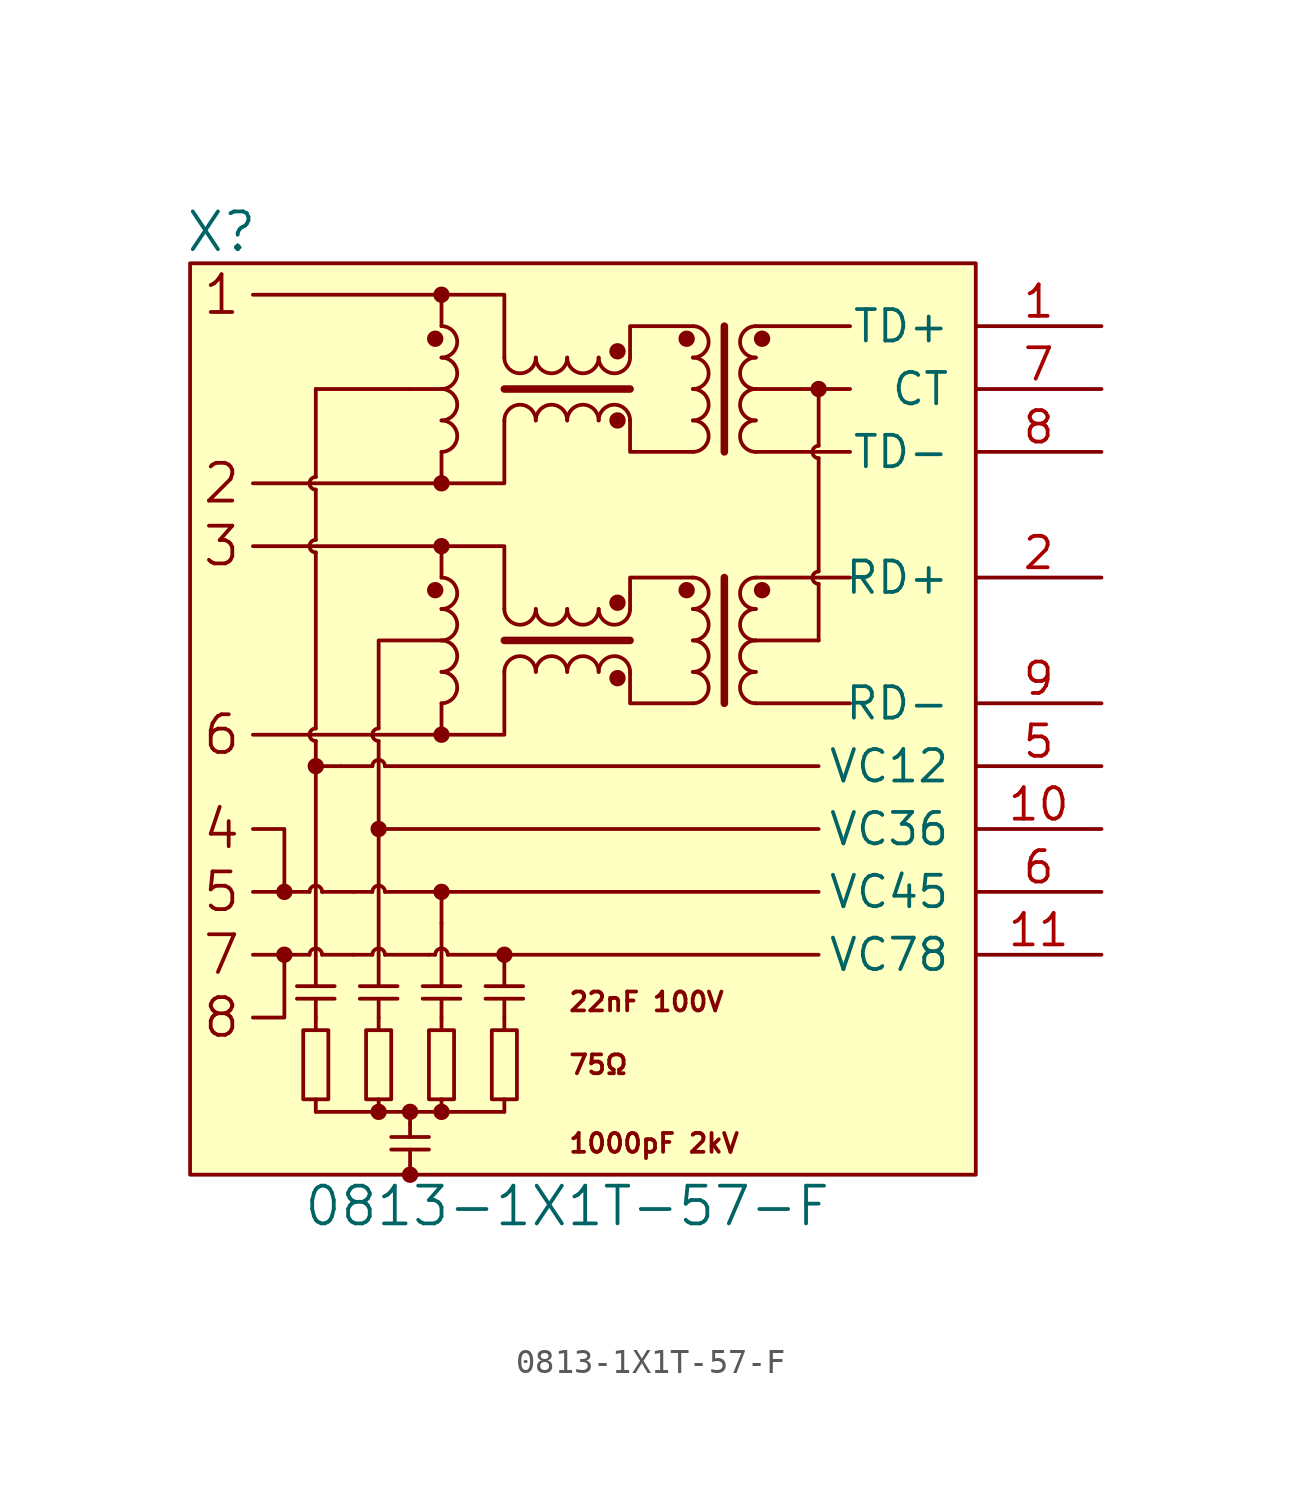
<source format=kicad_sym>
(kicad_symbol_lib
  (version 20211014)
  (generator kicad_symbol_editor)
  (symbol "0813-1X1T-57-F"
    (pin_names
      (offset 1.016))
    (property "Reference" "X"
      (at -13.97 21.59 0)
      (effects (font (size 1.524 1.524))))
    (property "Value" "0813-1X1T-57-F"
      (at 0 -17.78 0)
      (effects (font (size 1.524 1.524))))
    (symbol "0813-1X1T-57-F_0_0"
      (circle (center -11.43 -5.08) (radius 0.254) (stroke (width 0) (type default) (color 0 0 0 0)) (fill (type outline)))
      (circle (center -6.35 -16.51) (radius 0.254) (stroke (width 0) (type default) (color 0 0 0 0)) (fill (type outline)))
      (rectangle (start 16.51 -16.51) (end -15.24 20.32) (stroke (width 0) (type default) (color 0 0 0 0)) (fill (type background)))
      (text "1" (at -13.97 19.05 0) (effects (font (size 1.524 1.524))))
      (text "1000pF 2kV" (at 0 -15.24 0) (effects (font (size 0.762 0.762)) (justify left)))
      (text "2" (at -13.97 11.43 0) (effects (font (size 1.524 1.524))))
      (text "22nF 100V" (at 0 -9.525 0) (effects (font (size 0.762 0.762)) (justify left)))
      (text "3" (at -13.97 8.89 0) (effects (font (size 1.524 1.524))))
      (text "4" (at -13.97 -2.54 0) (effects (font (size 1.524 1.524))))
      (text "5" (at -13.97 -5.08 0) (effects (font (size 1.524 1.524))))
      (text "6" (at -13.97 1.27 0) (effects (font (size 1.524 1.524))))
      (text "7" (at -13.97 -7.62 0) (effects (font (size 1.524 1.524))))
      (text "75Ω" (at 0 -12.065 0) (effects (font (size 0.762 0.762)) (justify left)))
      (text "8" (at -13.97 -10.16 0) (effects (font (size 1.524 1.524)))))
    (symbol "0813-1X1T-57-F_0_1"
      (circle (center -11.43 -7.62) (radius 0.254) (stroke (width 0) (type default) (color 0 0 0 0)) (fill (type outline)))
      (rectangle (start -10.668 -10.668) (end -9.652 -13.462) (stroke (width 0) (type default) (color 0 0 0 0)) (fill (type none)))
      (circle (center -10.16 0) (radius 0.254) (stroke (width 0) (type default) (color 0 0 0 0)) (fill (type outline)))
      (arc (start -10.16 1.524) (mid -10.414 1.27) (end -10.16 1.016) (stroke (width 0) (type default) (color 0 0 0 0)) (fill (type none)))
      (arc (start -10.16 9.144) (mid -10.414 8.89) (end -10.16 8.636) (stroke (width 0) (type default) (color 0 0 0 0)) (fill (type none)))
      (arc (start -10.16 11.684) (mid -10.414 11.43) (end -10.16 11.176) (stroke (width 0) (type default) (color 0 0 0 0)) (fill (type none)))
      (arc (start -9.906 -7.62) (mid -10.16 -7.366) (end -10.414 -7.62) (stroke (width 0) (type default) (color 0 0 0 0)) (fill (type none)))
      (arc (start -9.906 -5.08) (mid -10.16 -4.826) (end -10.414 -5.08) (stroke (width 0) (type default) (color 0 0 0 0)) (fill (type none)))
      (rectangle (start -8.128 -10.668) (end -7.112 -13.462) (stroke (width 0) (type default) (color 0 0 0 0)) (fill (type none)))
      (circle (center -7.62 -13.97) (radius 0.254) (stroke (width 0) (type default) (color 0 0 0 0)) (fill (type outline)))
      (circle (center -7.62 -2.54) (radius 0.254) (stroke (width 0) (type default) (color 0 0 0 0)) (fill (type outline)))
      (arc (start -7.62 1.524) (mid -7.874 1.27) (end -7.62 1.016) (stroke (width 0) (type default) (color 0 0 0 0)) (fill (type none)))
      (arc (start -7.366 -7.62) (mid -7.62 -7.366) (end -7.874 -7.62) (stroke (width 0) (type default) (color 0 0 0 0)) (fill (type none)))
      (arc (start -7.366 -5.08) (mid -7.62 -4.826) (end -7.874 -5.08) (stroke (width 0) (type default) (color 0 0 0 0)) (fill (type none)))
      (arc (start -7.366 0) (mid -7.62 0.254) (end -7.874 0) (stroke (width 0) (type default) (color 0 0 0 0)) (fill (type none)))
      (circle (center -6.35 -13.97) (radius 0.254) (stroke (width 0) (type default) (color 0 0 0 0)) (fill (type outline)))
      (rectangle (start -5.588 -10.668) (end -4.572 -13.462) (stroke (width 0) (type default) (color 0 0 0 0)) (fill (type none)))
      (circle (center -5.334 7.112) (radius 0.254) (stroke (width 0) (type default) (color 0 0 0 0)) (fill (type outline)))
      (circle (center -5.334 17.272) (radius 0.254) (stroke (width 0) (type default) (color 0 0 0 0)) (fill (type outline)))
      (circle (center -5.08 -13.97) (radius 0.254) (stroke (width 0) (type default) (color 0 0 0 0)) (fill (type outline)))
      (circle (center -5.08 -5.08) (radius 0.254) (stroke (width 0) (type default) (color 0 0 0 0)) (fill (type outline)))
      (circle (center -5.08 1.27) (radius 0.254) (stroke (width 0) (type default) (color 0 0 0 0)) (fill (type outline)))
      (arc (start -5.08 2.54) (mid -4.445 3.175) (end -5.08 3.81) (stroke (width 0) (type default) (color 0 0 0 0)) (fill (type none)))
      (arc (start -5.08 3.81) (mid -4.445 4.445) (end -5.08 5.08) (stroke (width 0) (type default) (color 0 0 0 0)) (fill (type none)))
      (arc (start -5.08 5.08) (mid -4.445 5.715) (end -5.08 6.35) (stroke (width 0) (type default) (color 0 0 0 0)) (fill (type none)))
      (arc (start -5.08 6.35) (mid -4.445 6.985) (end -5.08 7.62) (stroke (width 0) (type default) (color 0 0 0 0)) (fill (type none)))
      (circle (center -5.08 8.89) (radius 0.254) (stroke (width 0) (type default) (color 0 0 0 0)) (fill (type outline)))
      (circle (center -5.08 11.43) (radius 0.254) (stroke (width 0) (type default) (color 0 0 0 0)) (fill (type outline)))
      (arc (start -5.08 12.7) (mid -4.445 13.335) (end -5.08 13.97) (stroke (width 0) (type default) (color 0 0 0 0)) (fill (type none)))
      (arc (start -5.08 13.97) (mid -4.445 14.605) (end -5.08 15.24) (stroke (width 0) (type default) (color 0 0 0 0)) (fill (type none)))
      (arc (start -5.08 15.24) (mid -4.445 15.875) (end -5.08 16.51) (stroke (width 0) (type default) (color 0 0 0 0)) (fill (type none)))
      (arc (start -5.08 16.51) (mid -4.445 17.145) (end -5.08 17.78) (stroke (width 0) (type default) (color 0 0 0 0)) (fill (type none)))
      (circle (center -5.08 19.05) (radius 0.254) (stroke (width 0) (type default) (color 0 0 0 0)) (fill (type outline)))
      (arc (start -4.826 -7.62) (mid -5.08 -7.366) (end -5.334 -7.62) (stroke (width 0) (type default) (color 0 0 0 0)) (fill (type none)))
      (rectangle (start -3.048 -10.668) (end -2.032 -13.462) (stroke (width 0) (type default) (color 0 0 0 0)) (fill (type none)))
      (circle (center -2.54 -7.62) (radius 0.254) (stroke (width 0) (type default) (color 0 0 0 0)) (fill (type outline)))
      (arc (start -2.54 6.35) (mid -1.905 5.715) (end -1.27 6.35) (stroke (width 0) (type default) (color 0 0 0 0)) (fill (type none)))
      (arc (start -2.54 16.51) (mid -1.905 15.875) (end -1.27 16.51) (stroke (width 0) (type default) (color 0 0 0 0)) (fill (type none)))
      (arc (start -1.27 3.81) (mid -1.905 4.445) (end -2.54 3.81) (stroke (width 0) (type default) (color 0 0 0 0)) (fill (type none)))
      (arc (start -1.27 6.35) (mid -0.635 5.715) (end 0 6.35) (stroke (width 0) (type default) (color 0 0 0 0)) (fill (type none)))
      (arc (start -1.27 13.97) (mid -1.905 14.605) (end -2.54 13.97) (stroke (width 0) (type default) (color 0 0 0 0)) (fill (type none)))
      (arc (start -1.27 16.51) (mid -0.635 15.875) (end 0 16.51) (stroke (width 0) (type default) (color 0 0 0 0)) (fill (type none)))
      (polyline (pts (xy -11.43 -7.62) (xy -12.7 -7.62)) (stroke (width 0) (type default) (color 0 0 0 0)) (fill (type none)))
      (polyline (pts (xy -11.43 -5.08) (xy -12.7 -5.08)) (stroke (width 0) (type default) (color 0 0 0 0)) (fill (type none)))
      (polyline (pts (xy -10.922 -9.398) (xy -9.398 -9.398)) (stroke (width 0) (type default) (color 0 0 0 0)) (fill (type none)))
      (polyline (pts (xy -10.922 -8.89) (xy -9.398 -8.89)) (stroke (width 0) (type default) (color 0 0 0 0)) (fill (type none)))
      (polyline (pts (xy -10.414 -7.62) (xy -11.43 -7.62)) (stroke (width 0) (type default) (color 0 0 0 0)) (fill (type none)))
      (polyline (pts (xy -10.414 -5.08) (xy -11.43 -5.08)) (stroke (width 0) (type default) (color 0 0 0 0)) (fill (type none)))
      (polyline (pts (xy -10.16 -13.462) (xy -10.16 -13.97)) (stroke (width 0) (type default) (color 0 0 0 0)) (fill (type none)))
      (polyline (pts (xy -10.16 -10.16) (xy -10.16 -10.668)) (stroke (width 0) (type default) (color 0 0 0 0)) (fill (type none)))
      (polyline (pts (xy -10.16 -9.398) (xy -10.16 -10.16)) (stroke (width 0) (type default) (color 0 0 0 0)) (fill (type none)))
      (polyline (pts (xy -10.16 0) (xy -10.16 -8.89)) (stroke (width 0) (type default) (color 0 0 0 0)) (fill (type none)))
      (polyline (pts (xy -10.16 1.524) (xy -10.16 8.636)) (stroke (width 0) (type default) (color 0 0 0 0)) (fill (type none)))
      (polyline (pts (xy -10.16 9.144) (xy -10.16 11.176)) (stroke (width 0) (type default) (color 0 0 0 0)) (fill (type none)))
      (polyline (pts (xy -10.16 11.684) (xy -10.16 15.24)) (stroke (width 0) (type default) (color 0 0 0 0)) (fill (type none)))
      (polyline (pts (xy -10.16 15.24) (xy -6.35 15.24)) (stroke (width 0) (type default) (color 0 0 0 0)) (fill (type none)))
      (polyline (pts (xy -9.906 -7.62) (xy -8.636 -7.62)) (stroke (width 0) (type default) (color 0 0 0 0)) (fill (type none)))
      (polyline (pts (xy -9.906 -5.08) (xy -8.636 -5.08)) (stroke (width 0) (type default) (color 0 0 0 0)) (fill (type none)))
      (polyline (pts (xy -8.382 -9.398) (xy -6.858 -9.398)) (stroke (width 0) (type default) (color 0 0 0 0)) (fill (type none)))
      (polyline (pts (xy -8.382 -8.89) (xy -6.858 -8.89)) (stroke (width 0) (type default) (color 0 0 0 0)) (fill (type none)))
      (polyline (pts (xy -7.874 -7.62) (xy -8.636 -7.62)) (stroke (width 0) (type default) (color 0 0 0 0)) (fill (type none)))
      (polyline (pts (xy -7.874 -5.08) (xy -8.636 -5.08)) (stroke (width 0) (type default) (color 0 0 0 0)) (fill (type none)))
      (polyline (pts (xy -7.874 0) (xy -9.144 0)) (stroke (width 0) (type default) (color 0 0 0 0)) (fill (type none)))
      (polyline (pts (xy -7.62 -13.462) (xy -7.62 -13.97)) (stroke (width 0) (type default) (color 0 0 0 0)) (fill (type none)))
      (polyline (pts (xy -7.62 -10.16) (xy -7.62 -10.668)) (stroke (width 0) (type default) (color 0 0 0 0)) (fill (type none)))
      (polyline (pts (xy -7.62 -9.398) (xy -7.62 -10.16)) (stroke (width 0) (type default) (color 0 0 0 0)) (fill (type none)))
      (polyline (pts (xy -7.62 -2.54) (xy -7.62 -8.89)) (stroke (width 0) (type default) (color 0 0 0 0)) (fill (type none)))
      (polyline (pts (xy -7.112 -15.494) (xy -5.588 -15.494)) (stroke (width 0) (type default) (color 0 0 0 0)) (fill (type none)))
      (polyline (pts (xy -7.112 -14.986) (xy -5.588 -14.986)) (stroke (width 0) (type default) (color 0 0 0 0)) (fill (type none)))
      (polyline (pts (xy -6.35 -15.494) (xy -6.35 -16.51)) (stroke (width 0) (type default) (color 0 0 0 0)) (fill (type none)))
      (polyline (pts (xy -6.35 -14.478) (xy -6.35 -14.986)) (stroke (width 0) (type default) (color 0 0 0 0)) (fill (type none)))
      (polyline (pts (xy -6.35 -13.97) (xy -6.35 -14.478)) (stroke (width 0) (type default) (color 0 0 0 0)) (fill (type none)))
      (polyline (pts (xy -6.35 15.24) (xy -5.08 15.24)) (stroke (width 0) (type default) (color 0 0 0 0)) (fill (type none)))
      (polyline (pts (xy -5.842 -9.398) (xy -4.318 -9.398)) (stroke (width 0) (type default) (color 0 0 0 0)) (fill (type none)))
      (polyline (pts (xy -5.588 -7.62) (xy -7.366 -7.62)) (stroke (width 0) (type default) (color 0 0 0 0)) (fill (type none)))
      (polyline (pts (xy -5.588 -7.62) (xy -5.334 -7.62)) (stroke (width 0) (type default) (color 0 0 0 0)) (fill (type none)))
      (polyline (pts (xy -5.08 -13.462) (xy -5.08 -13.97)) (stroke (width 0) (type default) (color 0 0 0 0)) (fill (type none)))
      (polyline (pts (xy -5.08 -10.16) (xy -5.08 -10.668)) (stroke (width 0) (type default) (color 0 0 0 0)) (fill (type none)))
      (polyline (pts (xy -5.08 -9.398) (xy -5.08 -10.16)) (stroke (width 0) (type default) (color 0 0 0 0)) (fill (type none)))
      (polyline (pts (xy -5.08 -8.89) (xy -5.08 -6.35)) (stroke (width 0) (type default) (color 0 0 0 0)) (fill (type none)))
      (polyline (pts (xy -5.08 -6.35) (xy -5.08 -5.08)) (stroke (width 0) (type default) (color 0 0 0 0)) (fill (type none)))
      (polyline (pts (xy -5.08 1.27) (xy -12.7 1.27)) (stroke (width 0) (type default) (color 0 0 0 0)) (fill (type none)))
      (polyline (pts (xy -5.08 8.89) (xy -12.7 8.89)) (stroke (width 0) (type default) (color 0 0 0 0)) (fill (type none)))
      (polyline (pts (xy -5.08 11.43) (xy -12.7 11.43)) (stroke (width 0) (type default) (color 0 0 0 0)) (fill (type none)))
      (polyline (pts (xy -5.08 19.05) (xy -12.7 19.05)) (stroke (width 0) (type default) (color 0 0 0 0)) (fill (type none)))
      (polyline (pts (xy -4.826 -7.62) (xy 10.16 -7.62)) (stroke (width 0) (type default) (color 0 0 0 0)) (fill (type none)))
      (polyline (pts (xy -3.302 -9.398) (xy -1.778 -9.398)) (stroke (width 0) (type default) (color 0 0 0 0)) (fill (type none)))
      (polyline (pts (xy -3.302 -8.89) (xy -1.778 -8.89)) (stroke (width 0) (type default) (color 0 0 0 0)) (fill (type none)))
      (polyline (pts (xy -2.54 -13.462) (xy -2.54 -13.97)) (stroke (width 0) (type default) (color 0 0 0 0)) (fill (type none)))
      (polyline (pts (xy -2.54 -10.16) (xy -2.54 -10.668)) (stroke (width 0) (type default) (color 0 0 0 0)) (fill (type none)))
      (polyline (pts (xy -2.54 -9.398) (xy -2.54 -10.16)) (stroke (width 0) (type default) (color 0 0 0 0)) (fill (type none)))
      (polyline (pts (xy -2.54 -8.89) (xy -2.54 -7.62)) (stroke (width 0) (type default) (color 0 0 0 0)) (fill (type none)))
      (polyline (pts (xy -2.54 5.08) (xy 2.54 5.08)) (stroke (width 0.305) (type default) (color 0 0 0 0)) (fill (type none)))
      (polyline (pts (xy -2.54 15.24) (xy 2.54 15.24)) (stroke (width 0.305) (type default) (color 0 0 0 0)) (fill (type none)))
      (polyline (pts (xy 6.35 7.62) (xy 6.35 2.54)) (stroke (width 0.305) (type default) (color 0 0 0 0)) (fill (type none)))
      (polyline (pts (xy 6.35 17.78) (xy 6.35 12.7)) (stroke (width 0.305) (type default) (color 0 0 0 0)) (fill (type none)))
      (polyline (pts (xy 7.62 2.54) (xy 11.43 2.54)) (stroke (width 0) (type default) (color 0 0 0 0)) (fill (type none)))
      (polyline (pts (xy 7.62 5.08) (xy 10.16 5.08)) (stroke (width 0) (type default) (color 0 0 0 0)) (fill (type none)))
      (polyline (pts (xy 7.62 7.62) (xy 11.43 7.62)) (stroke (width 0) (type default) (color 0 0 0 0)) (fill (type none)))
      (polyline (pts (xy 7.62 12.7) (xy 11.43 12.7)) (stroke (width 0) (type default) (color 0 0 0 0)) (fill (type none)))
      (polyline (pts (xy 7.62 15.24) (xy 10.16 15.24)) (stroke (width 0) (type default) (color 0 0 0 0)) (fill (type none)))
      (polyline (pts (xy 7.62 17.78) (xy 11.43 17.78)) (stroke (width 0) (type default) (color 0 0 0 0)) (fill (type none)))
      (polyline (pts (xy 10.16 -5.08) (xy -7.366 -5.08)) (stroke (width 0) (type default) (color 0 0 0 0)) (fill (type none)))
      (polyline (pts (xy 10.16 0) (xy -7.366 0)) (stroke (width 0) (type default) (color 0 0 0 0)) (fill (type none)))
      (polyline (pts (xy 10.16 7.366) (xy 10.16 5.08)) (stroke (width 0) (type default) (color 0 0 0 0)) (fill (type none)))
      (polyline (pts (xy 10.16 7.874) (xy 10.16 12.446)) (stroke (width 0) (type default) (color 0 0 0 0)) (fill (type none)))
      (polyline (pts (xy 10.16 15.24) (xy 10.16 12.954)) (stroke (width 0) (type default) (color 0 0 0 0)) (fill (type none)))
      (polyline (pts (xy 10.16 15.24) (xy 11.43 15.24)) (stroke (width 0) (type default) (color 0 0 0 0)) (fill (type none)))
      (polyline (pts (xy -11.43 -7.62) (xy -11.43 -10.16) (xy -12.7 -10.16)) (stroke (width 0) (type default) (color 0 0 0 0)) (fill (type none)))
      (polyline (pts (xy -11.43 -5.08) (xy -11.43 -2.54) (xy -12.7 -2.54)) (stroke (width 0) (type default) (color 0 0 0 0)) (fill (type none)))
      (polyline (pts (xy -9.144 0) (xy -10.16 0) (xy -10.16 1.016)) (stroke (width 0) (type default) (color 0 0 0 0)) (fill (type none)))
      (polyline (pts (xy -5.842 -8.89) (xy -4.572 -8.89) (xy -4.318 -8.89)) (stroke (width 0) (type default) (color 0 0 0 0)) (fill (type none)))
      (polyline (pts (xy -5.08 5.08) (xy -7.62 5.08) (xy -7.62 1.524)) (stroke (width 0) (type default) (color 0 0 0 0)) (fill (type none)))
      (polyline (pts (xy 5.08 2.54) (xy 2.54 2.54) (xy 2.54 3.81)) (stroke (width 0) (type default) (color 0 0 0 0)) (fill (type none)))
      (polyline (pts (xy 5.08 7.62) (xy 2.54 7.62) (xy 2.54 6.35)) (stroke (width 0) (type default) (color 0 0 0 0)) (fill (type none)))
      (polyline (pts (xy 5.08 12.7) (xy 2.54 12.7) (xy 2.54 13.97)) (stroke (width 0) (type default) (color 0 0 0 0)) (fill (type none)))
      (polyline (pts (xy 10.16 -2.54) (xy -7.62 -2.54) (xy -7.62 1.016)) (stroke (width 0) (type default) (color 0 0 0 0)) (fill (type none)))
      (polyline (pts (xy -10.16 -13.97) (xy -7.62 -13.97) (xy -5.08 -13.97) (xy -2.54 -13.97)) (stroke (width 0) (type default) (color 0 0 0 0)) (fill (type none)))
      (polyline (pts (xy -5.08 2.54) (xy -5.08 1.27) (xy -2.54 1.27) (xy -2.54 3.81)) (stroke (width 0) (type default) (color 0 0 0 0)) (fill (type none)))
      (polyline (pts (xy -5.08 7.62) (xy -5.08 8.89) (xy -2.54 8.89) (xy -2.54 6.35)) (stroke (width 0) (type default) (color 0 0 0 0)) (fill (type none)))
      (polyline (pts (xy -5.08 12.7) (xy -5.08 11.43) (xy -2.54 11.43) (xy -2.54 13.97)) (stroke (width 0) (type default) (color 0 0 0 0)) (fill (type none)))
      (polyline (pts (xy -5.08 17.78) (xy -5.08 19.05) (xy -2.54 19.05) (xy -2.54 16.51)) (stroke (width 0) (type default) (color 0 0 0 0)) (fill (type none)))
      (polyline (pts (xy 5.08 17.78) (xy 2.54 17.78) (xy 2.54 16.764) (xy 2.54 16.51)) (stroke (width 0) (type default) (color 0 0 0 0)) (fill (type none)))
      (arc (start 0 3.81) (mid -0.635 4.445) (end -1.27 3.81) (stroke (width 0) (type default) (color 0 0 0 0)) (fill (type none)))
      (arc (start 0 6.35) (mid 0.635 5.715) (end 1.27 6.35) (stroke (width 0) (type default) (color 0 0 0 0)) (fill (type none)))
      (arc (start 0 13.97) (mid -0.635 14.605) (end -1.27 13.97) (stroke (width 0) (type default) (color 0 0 0 0)) (fill (type none)))
      (arc (start 0 16.51) (mid 0.635 15.875) (end 1.27 16.51) (stroke (width 0) (type default) (color 0 0 0 0)) (fill (type none)))
      (arc (start 1.27 3.81) (mid 0.635 4.445) (end 0 3.81) (stroke (width 0) (type default) (color 0 0 0 0)) (fill (type none)))
      (arc (start 1.27 6.35) (mid 1.905 5.715) (end 2.54 6.35) (stroke (width 0) (type default) (color 0 0 0 0)) (fill (type none)))
      (arc (start 1.27 13.97) (mid 0.635 14.605) (end 0 13.97) (stroke (width 0) (type default) (color 0 0 0 0)) (fill (type none)))
      (arc (start 1.27 16.51) (mid 1.905 15.875) (end 2.54 16.51) (stroke (width 0) (type default) (color 0 0 0 0)) (fill (type none)))
      (circle (center 2.032 3.556) (radius 0.254) (stroke (width 0) (type default) (color 0 0 0 0)) (fill (type outline)))
      (circle (center 2.032 6.604) (radius 0.254) (stroke (width 0) (type default) (color 0 0 0 0)) (fill (type outline)))
      (circle (center 2.032 13.97) (radius 0.254) (stroke (width 0) (type default) (color 0 0 0 0)) (fill (type outline)))
      (circle (center 2.032 16.764) (radius 0.254) (stroke (width 0) (type default) (color 0 0 0 0)) (fill (type outline)))
      (arc (start 2.54 3.81) (mid 1.905 4.445) (end 1.27 3.81) (stroke (width 0) (type default) (color 0 0 0 0)) (fill (type none)))
      (arc (start 2.54 13.97) (mid 1.905 14.605) (end 1.27 13.97) (stroke (width 0) (type default) (color 0 0 0 0)) (fill (type none)))
      (circle (center 4.826 7.112) (radius 0.254) (stroke (width 0) (type default) (color 0 0 0 0)) (fill (type outline)))
      (circle (center 4.826 17.272) (radius 0.254) (stroke (width 0) (type default) (color 0 0 0 0)) (fill (type outline)))
      (arc (start 5.08 2.54) (mid 5.715 3.175) (end 5.08 3.81) (stroke (width 0) (type default) (color 0 0 0 0)) (fill (type none)))
      (arc (start 5.08 3.81) (mid 5.715 4.445) (end 5.08 5.08) (stroke (width 0) (type default) (color 0 0 0 0)) (fill (type none)))
      (arc (start 5.08 5.08) (mid 5.715 5.715) (end 5.08 6.35) (stroke (width 0) (type default) (color 0 0 0 0)) (fill (type none)))
      (arc (start 5.08 6.35) (mid 5.715 6.985) (end 5.08 7.62) (stroke (width 0) (type default) (color 0 0 0 0)) (fill (type none)))
      (arc (start 5.08 12.7) (mid 5.715 13.335) (end 5.08 13.97) (stroke (width 0) (type default) (color 0 0 0 0)) (fill (type none)))
      (arc (start 5.08 13.97) (mid 5.715 14.605) (end 5.08 15.24) (stroke (width 0) (type default) (color 0 0 0 0)) (fill (type none)))
      (arc (start 5.08 15.24) (mid 5.715 15.875) (end 5.08 16.51) (stroke (width 0) (type default) (color 0 0 0 0)) (fill (type none)))
      (arc (start 5.08 16.51) (mid 5.715 17.145) (end 5.08 17.78) (stroke (width 0) (type default) (color 0 0 0 0)) (fill (type none)))
      (arc (start 7.62 3.81) (mid 6.985 3.175) (end 7.62 2.54) (stroke (width 0) (type default) (color 0 0 0 0)) (fill (type none)))
      (arc (start 7.62 5.08) (mid 6.985 4.445) (end 7.62 3.81) (stroke (width 0) (type default) (color 0 0 0 0)) (fill (type none)))
      (arc (start 7.62 6.35) (mid 6.985 5.715) (end 7.62 5.08) (stroke (width 0) (type default) (color 0 0 0 0)) (fill (type none)))
      (arc (start 7.62 7.62) (mid 6.985 6.985) (end 7.62 6.35) (stroke (width 0) (type default) (color 0 0 0 0)) (fill (type none)))
      (arc (start 7.62 13.97) (mid 6.985 13.335) (end 7.62 12.7) (stroke (width 0) (type default) (color 0 0 0 0)) (fill (type none)))
      (arc (start 7.62 15.24) (mid 6.985 14.605) (end 7.62 13.97) (stroke (width 0) (type default) (color 0 0 0 0)) (fill (type none)))
      (arc (start 7.62 16.51) (mid 6.985 15.875) (end 7.62 15.24) (stroke (width 0) (type default) (color 0 0 0 0)) (fill (type none)))
      (arc (start 7.62 17.78) (mid 6.985 17.145) (end 7.62 16.51) (stroke (width 0) (type default) (color 0 0 0 0)) (fill (type none)))
      (circle (center 7.874 7.112) (radius 0.254) (stroke (width 0) (type default) (color 0 0 0 0)) (fill (type outline)))
      (circle (center 7.874 17.272) (radius 0.254) (stroke (width 0) (type default) (color 0 0 0 0)) (fill (type outline)))
      (arc (start 10.16 7.874) (mid 9.906 7.62) (end 10.16 7.366) (stroke (width 0) (type default) (color 0 0 0 0)) (fill (type none)))
      (arc (start 10.16 12.954) (mid 9.906 12.7) (end 10.16 12.446) (stroke (width 0) (type default) (color 0 0 0 0)) (fill (type none)))
      (circle (center 10.16 15.24) (radius 0.254) (stroke (width 0) (type default) (color 0 0 0 0)) (fill (type outline))))
    (symbol "0813-1X1T-57-F_1_1"
      (pin input line (at 21.59 17.78 180) (length 5.08) (name "TD+" (effects (font (size 1.27 1.27)))) (number "1" (effects (font (size 1.27 1.27)))))
      (pin power_out line (at 21.59 -2.54 180) (length 5.08) (name "VC36" (effects (font (size 1.27 1.27)))) (number "10" (effects (font (size 1.27 1.27)))))
      (pin power_out line (at 21.59 -7.62 180) (length 5.08) (name "VC78" (effects (font (size 1.27 1.27)))) (number "11" (effects (font (size 1.27 1.27)))))
      (pin input line (at 21.59 7.62 180) (length 5.08) (name "RD+" (effects (font (size 1.27 1.27)))) (number "2" (effects (font (size 1.27 1.27)))))
      (pin power_out line (at 21.59 0 180) (length 5.08) (name "VC12" (effects (font (size 1.27 1.27)))) (number "5" (effects (font (size 1.27 1.27)))))
      (pin power_out line (at 21.59 -5.08 180) (length 5.08) (name "VC45" (effects (font (size 1.27 1.27)))) (number "6" (effects (font (size 1.27 1.27)))))
      (pin input line (at 21.59 15.24 180) (length 5.08) (name "CT" (effects (font (size 1.27 1.27)))) (number "7" (effects (font (size 1.27 1.27)))))
      (pin input line (at 21.59 12.7 180) (length 5.08) (name "TD-" (effects (font (size 1.27 1.27)))) (number "8" (effects (font (size 1.27 1.27)))))
      (pin input line (at 21.59 2.54 180) (length 5.08) (name "RD-" (effects (font (size 1.27 1.27)))) (number "9" (effects (font (size 1.27 1.27))))))))
</source>
